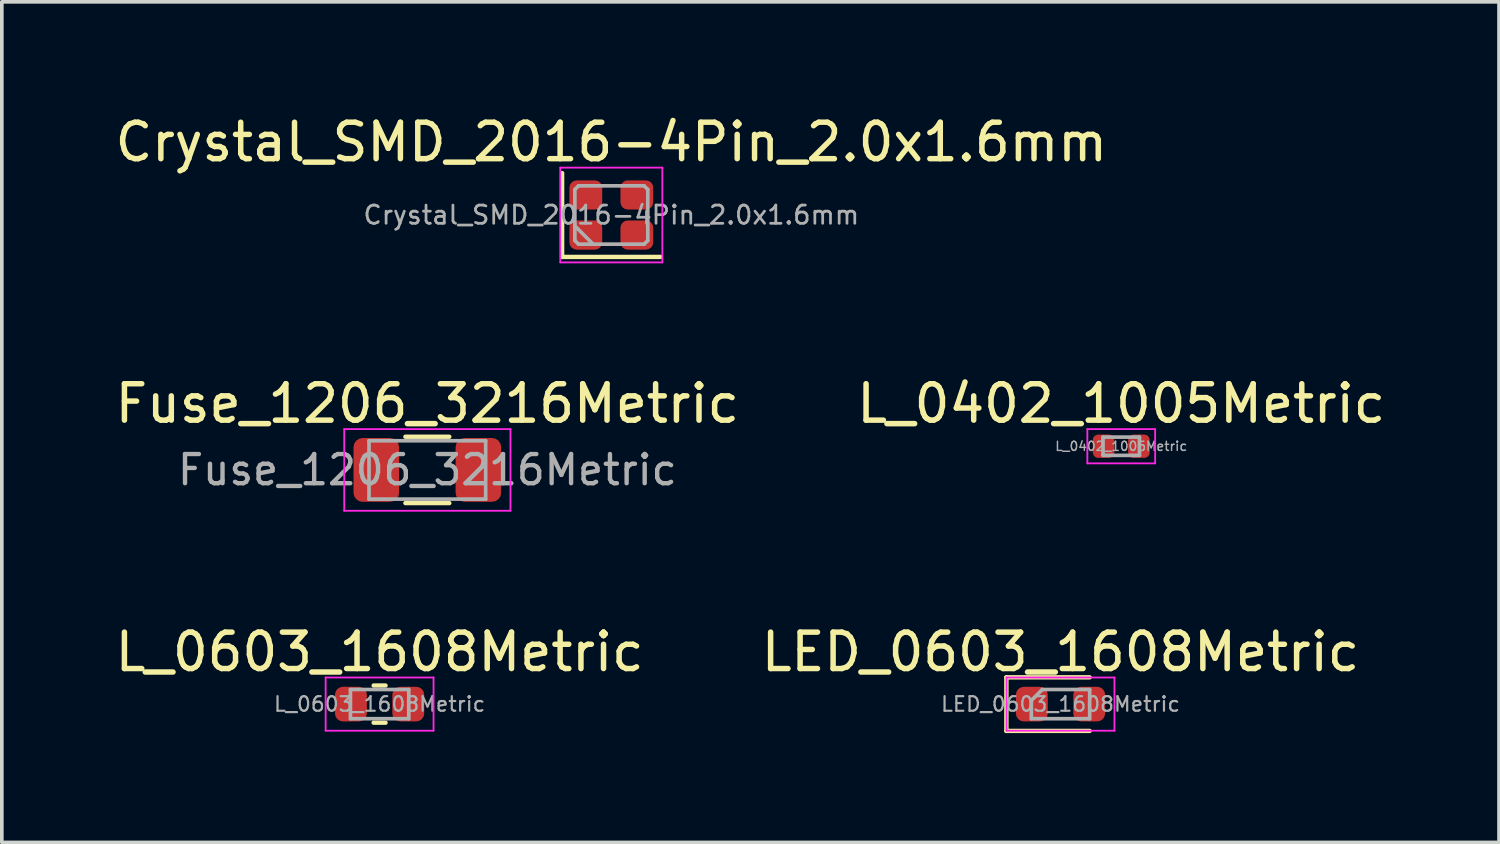
<source format=kicad_pcb>
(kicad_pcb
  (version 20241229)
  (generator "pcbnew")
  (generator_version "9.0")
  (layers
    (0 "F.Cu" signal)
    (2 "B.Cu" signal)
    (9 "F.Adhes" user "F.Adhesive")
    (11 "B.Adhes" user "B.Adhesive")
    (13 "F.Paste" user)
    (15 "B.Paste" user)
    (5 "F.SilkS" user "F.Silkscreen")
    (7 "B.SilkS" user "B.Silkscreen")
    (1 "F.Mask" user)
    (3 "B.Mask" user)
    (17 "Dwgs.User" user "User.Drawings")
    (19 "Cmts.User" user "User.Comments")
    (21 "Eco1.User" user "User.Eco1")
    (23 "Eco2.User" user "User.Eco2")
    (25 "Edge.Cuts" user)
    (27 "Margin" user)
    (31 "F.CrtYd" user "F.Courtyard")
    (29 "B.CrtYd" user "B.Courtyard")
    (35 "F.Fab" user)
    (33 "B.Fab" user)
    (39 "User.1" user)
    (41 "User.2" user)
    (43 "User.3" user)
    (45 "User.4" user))
  (footprint "L_0603_1608Metric"
    (layer "F.Cu")
    (at 7.363 16.265)
    (property "Reference" "L_0603_1608Metric" (at 0 -1.43 0) (layer "F.SilkS") (effects (font (size 1 1) (thickness 0.15))))
    (attr smd)
    (fp_line (start -0.163 -0.51) (end 0.163 -0.51) (stroke (width 0.12) (type solid)) (layer "F.SilkS"))
    (fp_line (start -0.163 0.51) (end 0.163 0.51) (stroke (width 0.12) (type solid)) (layer "F.SilkS"))
    (fp_line (start -1.48 -0.73) (end 1.48 -0.73) (stroke (width 0.05) (type solid)) (layer "F.CrtYd"))
    (fp_line (start -1.48 0.73) (end -1.48 -0.73) (stroke (width 0.05) (type solid)) (layer "F.CrtYd"))
    (fp_line (start 1.48 -0.73) (end 1.48 0.73) (stroke (width 0.05) (type solid)) (layer "F.CrtYd"))
    (fp_line (start 1.48 0.73) (end -1.48 0.73) (stroke (width 0.05) (type solid)) (layer "F.CrtYd"))
    (fp_line (start -0.8 -0.4) (end 0.8 -0.4) (stroke (width 0.1) (type solid)) (layer "F.Fab"))
    (fp_line (start -0.8 0.4) (end -0.8 -0.4) (stroke (width 0.1) (type solid)) (layer "F.Fab"))
    (fp_line (start 0.8 -0.4) (end 0.8 0.4) (stroke (width 0.1) (type solid)) (layer "F.Fab"))
    (fp_line (start 0.8 0.4) (end -0.8 0.4) (stroke (width 0.1) (type solid)) (layer "F.Fab"))
    (fp_text user "${REFERENCE}" (at 0 0 0) (layer "F.Fab") (effects (font (size 0.4 0.4) (thickness 0.06))))
    (pad "1" smd roundrect (at -0.787 0) (size 0.875 0.95) (layers "F.Cu" "F.Mask" "F.Paste") (roundrect_rratio 0.25))
    (pad "2" smd roundrect (at 0.787 0) (size 0.875 0.95) (layers "F.Cu" "F.Mask" "F.Paste") (roundrect_rratio 0.25)))
  (footprint "LED_0603_1608Metric"
    (layer "F.Cu")
    (at 26.042 16.265)
    (property "Reference" "LED_0603_1608Metric" (at 0 -1.43 0) (layer "F.SilkS") (effects (font (size 1 1) (thickness 0.15))))
    (attr smd)
    (fp_line (start -1.485 -0.735) (end -1.485 0.735) (stroke (width 0.12) (type solid)) (layer "F.SilkS"))
    (fp_line (start -1.485 0.735) (end 0.8 0.735) (stroke (width 0.12) (type solid)) (layer "F.SilkS"))
    (fp_line (start 0.8 -0.735) (end -1.485 -0.735) (stroke (width 0.12) (type solid)) (layer "F.SilkS"))
    (fp_line (start -1.48 -0.73) (end 1.48 -0.73) (stroke (width 0.05) (type solid)) (layer "F.CrtYd"))
    (fp_line (start -1.48 0.73) (end -1.48 -0.73) (stroke (width 0.05) (type solid)) (layer "F.CrtYd"))
    (fp_line (start 1.48 -0.73) (end 1.48 0.73) (stroke (width 0.05) (type solid)) (layer "F.CrtYd"))
    (fp_line (start 1.48 0.73) (end -1.48 0.73) (stroke (width 0.05) (type solid)) (layer "F.CrtYd"))
    (fp_line (start -0.8 -0.1) (end -0.8 0.4) (stroke (width 0.1) (type solid)) (layer "F.Fab"))
    (fp_line (start -0.8 0.4) (end 0.8 0.4) (stroke (width 0.1) (type solid)) (layer "F.Fab"))
    (fp_line (start -0.5 -0.4) (end -0.8 -0.1) (stroke (width 0.1) (type solid)) (layer "F.Fab"))
    (fp_line (start 0.8 -0.4) (end -0.5 -0.4) (stroke (width 0.1) (type solid)) (layer "F.Fab"))
    (fp_line (start 0.8 0.4) (end 0.8 -0.4) (stroke (width 0.1) (type solid)) (layer "F.Fab"))
    (fp_text user "${REFERENCE}" (at 0 0 0) (layer "F.Fab") (effects (font (size 0.4 0.4) (thickness 0.06))))
    (pad "1" smd roundrect (at -0.787 0) (size 0.875 0.95) (layers "F.Cu" "F.Mask" "F.Paste") (roundrect_rratio 0.25))
    (pad "2" smd roundrect (at 0.787 0) (size 0.875 0.95) (layers "F.Cu" "F.Mask" "F.Paste") (roundrect_rratio 0.25)))
  (footprint "Crystal_SMD_2016-4Pin_2.0x1.6mm"
    (layer "F.Cu")
    (at 13.72 2.848)
    (property "Reference" "Crystal_SMD_2016-4Pin_2.0x1.6mm" (at 0 -2 180) (layer "F.SilkS") (effects (font (size 1 1) (thickness 0.15))))
    (attr smd)
    (fp_line (start -1.35 -1.15) (end -1.35 1.15) (stroke (width 0.12) (type solid)) (layer "F.SilkS"))
    (fp_line (start -1.35 1.15) (end 1.35 1.15) (stroke (width 0.12) (type solid)) (layer "F.SilkS"))
    (fp_line (start -1.4 -1.3) (end -1.4 1.3) (stroke (width 0.05) (type solid)) (layer "F.CrtYd"))
    (fp_line (start -1.4 1.3) (end 1.4 1.3) (stroke (width 0.05) (type solid)) (layer "F.CrtYd"))
    (fp_line (start 1.4 -1.3) (end -1.4 -1.3) (stroke (width 0.05) (type solid)) (layer "F.CrtYd"))
    (fp_line (start 1.4 1.3) (end 1.4 -1.3) (stroke (width 0.05) (type solid)) (layer "F.CrtYd"))
    (fp_line (start -1 -0.7) (end -0.9 -0.8) (stroke (width 0.1) (type solid)) (layer "F.Fab"))
    (fp_line (start -1 0.3) (end -0.5 0.8) (stroke (width 0.1) (type solid)) (layer "F.Fab"))
    (fp_line (start -1 0.7) (end -1 -0.7) (stroke (width 0.1) (type solid)) (layer "F.Fab"))
    (fp_line (start -0.9 -0.8) (end 0.9 -0.8) (stroke (width 0.1) (type solid)) (layer "F.Fab"))
    (fp_line (start -0.9 0.8) (end -1 0.7) (stroke (width 0.1) (type solid)) (layer "F.Fab"))
    (fp_line (start 0.9 -0.8) (end 1 -0.7) (stroke (width 0.1) (type solid)) (layer "F.Fab"))
    (fp_line (start 0.9 0.8) (end -0.9 0.8) (stroke (width 0.1) (type solid)) (layer "F.Fab"))
    (fp_line (start 1 -0.7) (end 1 0.7) (stroke (width 0.1) (type solid)) (layer "F.Fab"))
    (fp_line (start 1 0.7) (end 0.9 0.8) (stroke (width 0.1) (type solid)) (layer "F.Fab"))
    (fp_text user "${REFERENCE}" (at 0 0 180) (layer "F.Fab") (effects (font (size 0.5 0.5) (thickness 0.075))))
    (pad "1" smd roundrect (at -0.7 0.55) (size 0.9 0.8) (layers "F.Cu" "F.Mask" "F.Paste") (roundrect_rratio 0.25))
    (pad "2" smd roundrect (at 0.7 0.55) (size 0.9 0.8) (layers "F.Cu" "F.Mask" "F.Paste") (roundrect_rratio 0.25))
    (pad "3" smd roundrect (at 0.7 -0.55) (size 0.9 0.8) (layers "F.Cu" "F.Mask" "F.Paste") (roundrect_rratio 0.25))
    (pad "4" smd roundrect (at -0.7 -0.55) (size 0.9 0.8) (layers "F.Cu" "F.Mask" "F.Paste") (roundrect_rratio 0.25)))
  (footprint "L_0402_1005Metric"
    (layer "F.Cu")
    (at 27.708 9.191)
    (property "Reference" "L_0402_1005Metric" (at 0 -1.17 180) (layer "F.SilkS") (effects (font (size 1 1) (thickness 0.15))))
    (attr smd)
    (fp_line (start -0.93 -0.47) (end 0.93 -0.47) (stroke (width 0.05) (type solid)) (layer "F.CrtYd"))
    (fp_line (start -0.93 0.47) (end -0.93 -0.47) (stroke (width 0.05) (type solid)) (layer "F.CrtYd"))
    (fp_line (start 0.93 -0.47) (end 0.93 0.47) (stroke (width 0.05) (type solid)) (layer "F.CrtYd"))
    (fp_line (start 0.93 0.47) (end -0.93 0.47) (stroke (width 0.05) (type solid)) (layer "F.CrtYd"))
    (fp_line (start -0.5 -0.25) (end 0.5 -0.25) (stroke (width 0.1) (type solid)) (layer "F.Fab"))
    (fp_line (start -0.5 0.25) (end -0.5 -0.25) (stroke (width 0.1) (type solid)) (layer "F.Fab"))
    (fp_line (start 0.5 -0.25) (end 0.5 0.25) (stroke (width 0.1) (type solid)) (layer "F.Fab"))
    (fp_line (start 0.5 0.25) (end -0.5 0.25) (stroke (width 0.1) (type solid)) (layer "F.Fab"))
    (fp_text user "${REFERENCE}" (at 0 0 180) (layer "F.Fab") (effects (font (size 0.25 0.25) (thickness 0.04))))
    (pad "1" smd roundrect (at -0.485 0) (size 0.59 0.64) (layers "F.Cu" "F.Mask" "F.Paste") (roundrect_rratio 0.25))
    (pad "2" smd roundrect (at 0.485 0) (size 0.59 0.64) (layers "F.Cu" "F.Mask" "F.Paste") (roundrect_rratio 0.25)))
  (footprint "Fuse_1206_3216Metric"
    (layer "F.Cu")
    (at 8.673 9.841)
    (property "Reference" "Fuse_1206_3216Metric" (at 0 -1.82 0) (layer "F.SilkS") (effects (font (size 1 1) (thickness 0.15))))
    (attr smd)
    (fp_line (start -0.602 -0.91) (end 0.602 -0.91) (stroke (width 0.12) (type solid)) (layer "F.SilkS"))
    (fp_line (start -0.602 0.91) (end 0.602 0.91) (stroke (width 0.12) (type solid)) (layer "F.SilkS"))
    (fp_line (start -2.28 -1.12) (end 2.28 -1.12) (stroke (width 0.05) (type solid)) (layer "F.CrtYd"))
    (fp_line (start -2.28 1.12) (end -2.28 -1.12) (stroke (width 0.05) (type solid)) (layer "F.CrtYd"))
    (fp_line (start 2.28 -1.12) (end 2.28 1.12) (stroke (width 0.05) (type solid)) (layer "F.CrtYd"))
    (fp_line (start 2.28 1.12) (end -2.28 1.12) (stroke (width 0.05) (type solid)) (layer "F.CrtYd"))
    (fp_line (start -1.6 -0.8) (end 1.6 -0.8) (stroke (width 0.1) (type solid)) (layer "F.Fab"))
    (fp_line (start -1.6 0.8) (end -1.6 -0.8) (stroke (width 0.1) (type solid)) (layer "F.Fab"))
    (fp_line (start 1.6 -0.8) (end 1.6 0.8) (stroke (width 0.1) (type solid)) (layer "F.Fab"))
    (fp_line (start 1.6 0.8) (end -1.6 0.8) (stroke (width 0.1) (type solid)) (layer "F.Fab"))
    (fp_text user "${REFERENCE}" (at 0 0 0) (layer "F.Fab") (effects (font (size 0.8 0.8) (thickness 0.12))))
    (pad "1" smd roundrect (at -1.4 0) (size 1.25 1.75) (layers "F.Cu" "F.Mask" "F.Paste") (roundrect_rratio 0.2))
    (pad "2" smd roundrect (at 1.4 0) (size 1.25 1.75) (layers "F.Cu" "F.Mask" "F.Paste") (roundrect_rratio 0.2)))
  (gr_rect
    (start -3 -3)
    (end 38.071 20.06)
    (stroke (width 0.1) (type default))
    (fill no)
    (layer "Edge.Cuts")))
</source>
